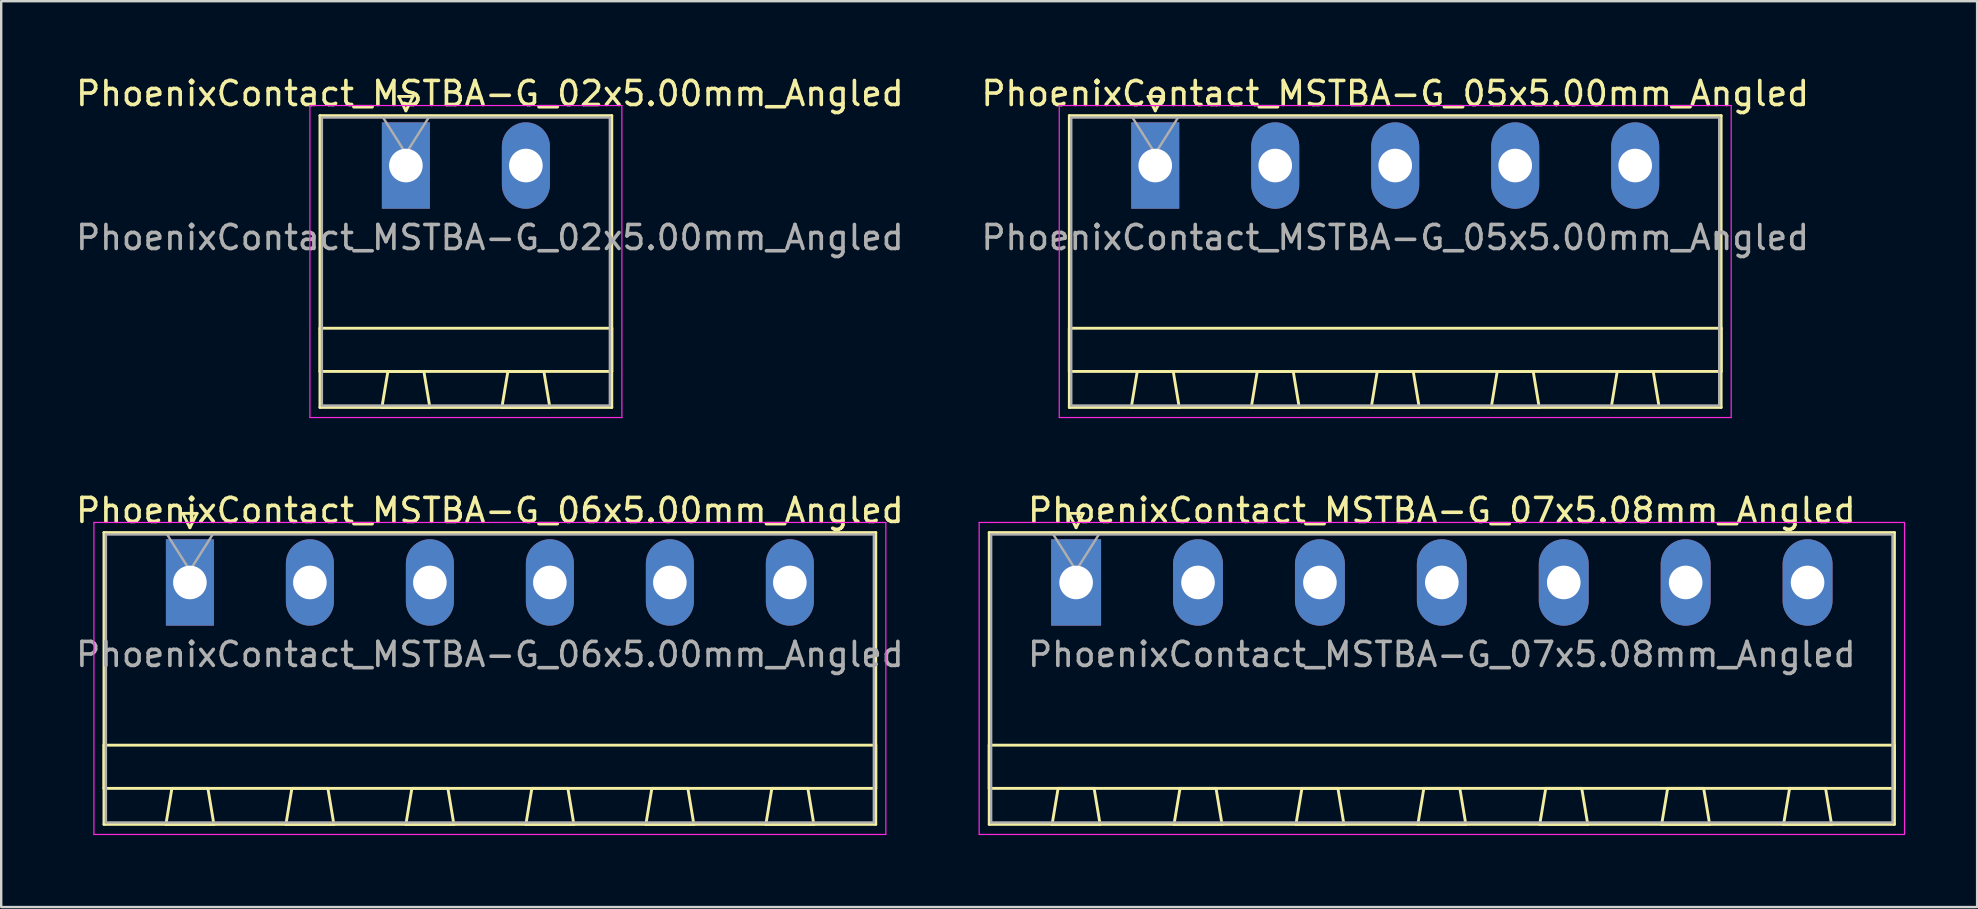
<source format=kicad_pcb>
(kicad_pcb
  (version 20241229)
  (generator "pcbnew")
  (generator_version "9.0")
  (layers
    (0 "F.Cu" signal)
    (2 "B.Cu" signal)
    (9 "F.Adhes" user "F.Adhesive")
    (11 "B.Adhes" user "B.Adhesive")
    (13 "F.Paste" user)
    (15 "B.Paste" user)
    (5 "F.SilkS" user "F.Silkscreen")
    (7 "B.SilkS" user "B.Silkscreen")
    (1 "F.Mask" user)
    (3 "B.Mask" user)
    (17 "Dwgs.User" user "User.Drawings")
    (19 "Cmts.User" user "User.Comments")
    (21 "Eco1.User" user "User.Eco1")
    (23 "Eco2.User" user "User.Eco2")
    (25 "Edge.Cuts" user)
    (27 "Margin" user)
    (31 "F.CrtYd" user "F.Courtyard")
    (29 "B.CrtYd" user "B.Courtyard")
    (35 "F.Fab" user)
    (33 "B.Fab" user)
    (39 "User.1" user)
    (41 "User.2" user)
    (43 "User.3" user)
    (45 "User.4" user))
  (footprint "PhoenixContact_MSTBA-G_07x5.08mm_Angled"
    (layer "F.Cu")
    (at 41.791 21.221)
    (property "Reference" "PhoenixContact_MSTBA-G_07x5.08mm_Angled" (at 15.24 -3 0) (layer "F.SilkS") (effects (font (size 1 1) (thickness 0.15))))
    (attr through_hole)
    (fp_line (start -3.62 -2.08) (end -3.62 10.08) (stroke (width 0.12) (type solid)) (layer "F.SilkS"))
    (fp_line (start -3.62 6.78) (end 34.1 6.78) (stroke (width 0.12) (type solid)) (layer "F.SilkS"))
    (fp_line (start -3.62 8.58) (end -3.62 6.78) (stroke (width 0.12) (type solid)) (layer "F.SilkS"))
    (fp_line (start -3.62 10.08) (end 34.1 10.08) (stroke (width 0.12) (type solid)) (layer "F.SilkS"))
    (fp_line (start -1 10.08) (end 1 10.08) (stroke (width 0.12) (type solid)) (layer "F.SilkS"))
    (fp_line (start -0.75 8.58) (end -1 10.08) (stroke (width 0.12) (type solid)) (layer "F.SilkS"))
    (fp_line (start -0.3 -2.88) (end 0.3 -2.88) (stroke (width 0.12) (type solid)) (layer "F.SilkS"))
    (fp_line (start 0 -2.28) (end -0.3 -2.88) (stroke (width 0.12) (type solid)) (layer "F.SilkS"))
    (fp_line (start 0.3 -2.88) (end 0 -2.28) (stroke (width 0.12) (type solid)) (layer "F.SilkS"))
    (fp_line (start 0.75 8.58) (end -0.75 8.58) (stroke (width 0.12) (type solid)) (layer "F.SilkS"))
    (fp_line (start 1 10.08) (end 0.75 8.58) (stroke (width 0.12) (type solid)) (layer "F.SilkS"))
    (fp_line (start 4.08 10.08) (end 6.08 10.08) (stroke (width 0.12) (type solid)) (layer "F.SilkS"))
    (fp_line (start 4.33 8.58) (end 4.08 10.08) (stroke (width 0.12) (type solid)) (layer "F.SilkS"))
    (fp_line (start 5.83 8.58) (end 4.33 8.58) (stroke (width 0.12) (type solid)) (layer "F.SilkS"))
    (fp_line (start 6.08 10.08) (end 5.83 8.58) (stroke (width 0.12) (type solid)) (layer "F.SilkS"))
    (fp_line (start 9.16 10.08) (end 11.16 10.08) (stroke (width 0.12) (type solid)) (layer "F.SilkS"))
    (fp_line (start 9.41 8.58) (end 9.16 10.08) (stroke (width 0.12) (type solid)) (layer "F.SilkS"))
    (fp_line (start 10.91 8.58) (end 9.41 8.58) (stroke (width 0.12) (type solid)) (layer "F.SilkS"))
    (fp_line (start 11.16 10.08) (end 10.91 8.58) (stroke (width 0.12) (type solid)) (layer "F.SilkS"))
    (fp_line (start 14.24 10.08) (end 16.24 10.08) (stroke (width 0.12) (type solid)) (layer "F.SilkS"))
    (fp_line (start 14.49 8.58) (end 14.24 10.08) (stroke (width 0.12) (type solid)) (layer "F.SilkS"))
    (fp_line (start 15.99 8.58) (end 14.49 8.58) (stroke (width 0.12) (type solid)) (layer "F.SilkS"))
    (fp_line (start 16.24 10.08) (end 15.99 8.58) (stroke (width 0.12) (type solid)) (layer "F.SilkS"))
    (fp_line (start 19.32 10.08) (end 21.32 10.08) (stroke (width 0.12) (type solid)) (layer "F.SilkS"))
    (fp_line (start 19.57 8.58) (end 19.32 10.08) (stroke (width 0.12) (type solid)) (layer "F.SilkS"))
    (fp_line (start 21.07 8.58) (end 19.57 8.58) (stroke (width 0.12) (type solid)) (layer "F.SilkS"))
    (fp_line (start 21.32 10.08) (end 21.07 8.58) (stroke (width 0.12) (type solid)) (layer "F.SilkS"))
    (fp_line (start 24.4 10.08) (end 26.4 10.08) (stroke (width 0.12) (type solid)) (layer "F.SilkS"))
    (fp_line (start 24.65 8.58) (end 24.4 10.08) (stroke (width 0.12) (type solid)) (layer "F.SilkS"))
    (fp_line (start 26.15 8.58) (end 24.65 8.58) (stroke (width 0.12) (type solid)) (layer "F.SilkS"))
    (fp_line (start 26.4 10.08) (end 26.15 8.58) (stroke (width 0.12) (type solid)) (layer "F.SilkS"))
    (fp_line (start 29.48 10.08) (end 31.48 10.08) (stroke (width 0.12) (type solid)) (layer "F.SilkS"))
    (fp_line (start 29.73 8.58) (end 29.48 10.08) (stroke (width 0.12) (type solid)) (layer "F.SilkS"))
    (fp_line (start 31.23 8.58) (end 29.73 8.58) (stroke (width 0.12) (type solid)) (layer "F.SilkS"))
    (fp_line (start 31.48 10.08) (end 31.23 8.58) (stroke (width 0.12) (type solid)) (layer "F.SilkS"))
    (fp_line (start 34.1 -2.08) (end -3.62 -2.08) (stroke (width 0.12) (type solid)) (layer "F.SilkS"))
    (fp_line (start 34.1 6.78) (end 34.1 8.58) (stroke (width 0.12) (type solid)) (layer "F.SilkS"))
    (fp_line (start 34.1 8.58) (end -3.62 8.58) (stroke (width 0.12) (type solid)) (layer "F.SilkS"))
    (fp_line (start 34.1 10.08) (end 34.1 -2.08) (stroke (width 0.12) (type solid)) (layer "F.SilkS"))
    (fp_line (start -4.04 -2.5) (end -4.04 10.5) (stroke (width 0.05) (type solid)) (layer "F.CrtYd"))
    (fp_line (start -4.04 10.5) (end 34.52 10.5) (stroke (width 0.05) (type solid)) (layer "F.CrtYd"))
    (fp_line (start 34.52 -2.5) (end -4.04 -2.5) (stroke (width 0.05) (type solid)) (layer "F.CrtYd"))
    (fp_line (start 34.52 10.5) (end 34.52 -2.5) (stroke (width 0.05) (type solid)) (layer "F.CrtYd"))
    (fp_line (start -3.54 -2) (end -3.54 10) (stroke (width 0.1) (type solid)) (layer "F.Fab"))
    (fp_line (start -3.54 10) (end 34.02 10) (stroke (width 0.1) (type solid)) (layer "F.Fab"))
    (fp_line (start 0 -0.5) (end -0.95 -2) (stroke (width 0.1) (type solid)) (layer "F.Fab"))
    (fp_line (start 0.95 -2) (end 0 -0.5) (stroke (width 0.1) (type solid)) (layer "F.Fab"))
    (fp_line (start 34.02 -2) (end -3.54 -2) (stroke (width 0.1) (type solid)) (layer "F.Fab"))
    (fp_line (start 34.02 10) (end 34.02 -2) (stroke (width 0.1) (type solid)) (layer "F.Fab"))
    (fp_text user "${REFERENCE}" (at 15.24 3 0) (layer "F.Fab") (effects (font (size 1 1) (thickness 0.15))))
    (pad "1" thru_hole rect (at 0 0) (size 2.08 3.6) (drill 1.4) (layers "*.Cu" "*.Mask"))
    (pad "2" thru_hole oval (at 5.08 0) (size 2.08 3.6) (drill 1.4) (layers "*.Cu" "*.Mask"))
    (pad "3" thru_hole oval (at 10.16 0) (size 2.08 3.6) (drill 1.4) (layers "*.Cu" "*.Mask"))
    (pad "4" thru_hole oval (at 15.24 0) (size 2.08 3.6) (drill 1.4) (layers "*.Cu" "*.Mask"))
    (pad "5" thru_hole oval (at 20.32 0) (size 2.08 3.6) (drill 1.4) (layers "*.Cu" "*.Mask"))
    (pad "6" thru_hole oval (at 25.4 0) (size 2.08 3.6) (drill 1.4) (layers "*.Cu" "*.Mask"))
    (pad "7" thru_hole oval (at 30.48 0) (size 2.08 3.6) (drill 1.4) (layers "*.Cu" "*.Mask")))
  (footprint "PhoenixContact_MSTBA-G_05x5.00mm_Angled"
    (layer "F.Cu")
    (at 45.089 3.848)
    (property "Reference" "PhoenixContact_MSTBA-G_05x5.00mm_Angled" (at 10 -3 0) (layer "F.SilkS") (effects (font (size 1 1) (thickness 0.15))))
    (attr through_hole)
    (fp_line (start -3.58 -2.08) (end -3.58 10.08) (stroke (width 0.12) (type solid)) (layer "F.SilkS"))
    (fp_line (start -3.58 6.78) (end 23.58 6.78) (stroke (width 0.12) (type solid)) (layer "F.SilkS"))
    (fp_line (start -3.58 8.58) (end -3.58 6.78) (stroke (width 0.12) (type solid)) (layer "F.SilkS"))
    (fp_line (start -3.58 10.08) (end 23.58 10.08) (stroke (width 0.12) (type solid)) (layer "F.SilkS"))
    (fp_line (start -1 10.08) (end 1 10.08) (stroke (width 0.12) (type solid)) (layer "F.SilkS"))
    (fp_line (start -0.75 8.58) (end -1 10.08) (stroke (width 0.12) (type solid)) (layer "F.SilkS"))
    (fp_line (start -0.3 -2.88) (end 0.3 -2.88) (stroke (width 0.12) (type solid)) (layer "F.SilkS"))
    (fp_line (start 0 -2.28) (end -0.3 -2.88) (stroke (width 0.12) (type solid)) (layer "F.SilkS"))
    (fp_line (start 0.3 -2.88) (end 0 -2.28) (stroke (width 0.12) (type solid)) (layer "F.SilkS"))
    (fp_line (start 0.75 8.58) (end -0.75 8.58) (stroke (width 0.12) (type solid)) (layer "F.SilkS"))
    (fp_line (start 1 10.08) (end 0.75 8.58) (stroke (width 0.12) (type solid)) (layer "F.SilkS"))
    (fp_line (start 4 10.08) (end 6 10.08) (stroke (width 0.12) (type solid)) (layer "F.SilkS"))
    (fp_line (start 4.25 8.58) (end 4 10.08) (stroke (width 0.12) (type solid)) (layer "F.SilkS"))
    (fp_line (start 5.75 8.58) (end 4.25 8.58) (stroke (width 0.12) (type solid)) (layer "F.SilkS"))
    (fp_line (start 6 10.08) (end 5.75 8.58) (stroke (width 0.12) (type solid)) (layer "F.SilkS"))
    (fp_line (start 9 10.08) (end 11 10.08) (stroke (width 0.12) (type solid)) (layer "F.SilkS"))
    (fp_line (start 9.25 8.58) (end 9 10.08) (stroke (width 0.12) (type solid)) (layer "F.SilkS"))
    (fp_line (start 10.75 8.58) (end 9.25 8.58) (stroke (width 0.12) (type solid)) (layer "F.SilkS"))
    (fp_line (start 11 10.08) (end 10.75 8.58) (stroke (width 0.12) (type solid)) (layer "F.SilkS"))
    (fp_line (start 14 10.08) (end 16 10.08) (stroke (width 0.12) (type solid)) (layer "F.SilkS"))
    (fp_line (start 14.25 8.58) (end 14 10.08) (stroke (width 0.12) (type solid)) (layer "F.SilkS"))
    (fp_line (start 15.75 8.58) (end 14.25 8.58) (stroke (width 0.12) (type solid)) (layer "F.SilkS"))
    (fp_line (start 16 10.08) (end 15.75 8.58) (stroke (width 0.12) (type solid)) (layer "F.SilkS"))
    (fp_line (start 19 10.08) (end 21 10.08) (stroke (width 0.12) (type solid)) (layer "F.SilkS"))
    (fp_line (start 19.25 8.58) (end 19 10.08) (stroke (width 0.12) (type solid)) (layer "F.SilkS"))
    (fp_line (start 20.75 8.58) (end 19.25 8.58) (stroke (width 0.12) (type solid)) (layer "F.SilkS"))
    (fp_line (start 21 10.08) (end 20.75 8.58) (stroke (width 0.12) (type solid)) (layer "F.SilkS"))
    (fp_line (start 23.58 -2.08) (end -3.58 -2.08) (stroke (width 0.12) (type solid)) (layer "F.SilkS"))
    (fp_line (start 23.58 6.78) (end 23.58 8.58) (stroke (width 0.12) (type solid)) (layer "F.SilkS"))
    (fp_line (start 23.58 8.58) (end -3.58 8.58) (stroke (width 0.12) (type solid)) (layer "F.SilkS"))
    (fp_line (start 23.58 10.08) (end 23.58 -2.08) (stroke (width 0.12) (type solid)) (layer "F.SilkS"))
    (fp_line (start -4 -2.5) (end -4 10.5) (stroke (width 0.05) (type solid)) (layer "F.CrtYd"))
    (fp_line (start -4 10.5) (end 24 10.5) (stroke (width 0.05) (type solid)) (layer "F.CrtYd"))
    (fp_line (start 24 -2.5) (end -4 -2.5) (stroke (width 0.05) (type solid)) (layer "F.CrtYd"))
    (fp_line (start 24 10.5) (end 24 -2.5) (stroke (width 0.05) (type solid)) (layer "F.CrtYd"))
    (fp_line (start -3.5 -2) (end -3.5 10) (stroke (width 0.1) (type solid)) (layer "F.Fab"))
    (fp_line (start -3.5 10) (end 23.5 10) (stroke (width 0.1) (type solid)) (layer "F.Fab"))
    (fp_line (start 0 -0.5) (end -0.95 -2) (stroke (width 0.1) (type solid)) (layer "F.Fab"))
    (fp_line (start 0.95 -2) (end 0 -0.5) (stroke (width 0.1) (type solid)) (layer "F.Fab"))
    (fp_line (start 23.5 -2) (end -3.5 -2) (stroke (width 0.1) (type solid)) (layer "F.Fab"))
    (fp_line (start 23.5 10) (end 23.5 -2) (stroke (width 0.1) (type solid)) (layer "F.Fab"))
    (fp_text user "${REFERENCE}" (at 10 3 0) (layer "F.Fab") (effects (font (size 1 1) (thickness 0.15))))
    (pad "1" thru_hole rect (at 0 0) (size 2 3.6) (drill 1.4) (layers "*.Cu" "*.Mask"))
    (pad "2" thru_hole oval (at 5 0) (size 2 3.6) (drill 1.4) (layers "*.Cu" "*.Mask"))
    (pad "3" thru_hole oval (at 10 0) (size 2 3.6) (drill 1.4) (layers "*.Cu" "*.Mask"))
    (pad "4" thru_hole oval (at 15 0) (size 2 3.6) (drill 1.4) (layers "*.Cu" "*.Mask"))
    (pad "5" thru_hole oval (at 20 0) (size 2 3.6) (drill 1.4) (layers "*.Cu" "*.Mask")))
  (footprint "PhoenixContact_MSTBA-G_02x5.00mm_Angled"
    (layer "F.Cu")
    (at 13.863 3.848)
    (property "Reference" "PhoenixContact_MSTBA-G_02x5.00mm_Angled" (at 3.5 -3 0) (layer "F.SilkS") (effects (font (size 1 1) (thickness 0.15))))
    (attr through_hole)
    (fp_line (start -3.58 -2.08) (end -3.58 10.08) (stroke (width 0.12) (type solid)) (layer "F.SilkS"))
    (fp_line (start -3.58 6.78) (end 8.58 6.78) (stroke (width 0.12) (type solid)) (layer "F.SilkS"))
    (fp_line (start -3.58 8.58) (end -3.58 6.78) (stroke (width 0.12) (type solid)) (layer "F.SilkS"))
    (fp_line (start -3.58 10.08) (end 8.58 10.08) (stroke (width 0.12) (type solid)) (layer "F.SilkS"))
    (fp_line (start -1 10.08) (end 1 10.08) (stroke (width 0.12) (type solid)) (layer "F.SilkS"))
    (fp_line (start -0.75 8.58) (end -1 10.08) (stroke (width 0.12) (type solid)) (layer "F.SilkS"))
    (fp_line (start -0.3 -2.88) (end 0.3 -2.88) (stroke (width 0.12) (type solid)) (layer "F.SilkS"))
    (fp_line (start 0 -2.28) (end -0.3 -2.88) (stroke (width 0.12) (type solid)) (layer "F.SilkS"))
    (fp_line (start 0.3 -2.88) (end 0 -2.28) (stroke (width 0.12) (type solid)) (layer "F.SilkS"))
    (fp_line (start 0.75 8.58) (end -0.75 8.58) (stroke (width 0.12) (type solid)) (layer "F.SilkS"))
    (fp_line (start 1 10.08) (end 0.75 8.58) (stroke (width 0.12) (type solid)) (layer "F.SilkS"))
    (fp_line (start 4 10.08) (end 6 10.08) (stroke (width 0.12) (type solid)) (layer "F.SilkS"))
    (fp_line (start 4.25 8.58) (end 4 10.08) (stroke (width 0.12) (type solid)) (layer "F.SilkS"))
    (fp_line (start 5.75 8.58) (end 4.25 8.58) (stroke (width 0.12) (type solid)) (layer "F.SilkS"))
    (fp_line (start 6 10.08) (end 5.75 8.58) (stroke (width 0.12) (type solid)) (layer "F.SilkS"))
    (fp_line (start 8.58 -2.08) (end -3.58 -2.08) (stroke (width 0.12) (type solid)) (layer "F.SilkS"))
    (fp_line (start 8.58 6.78) (end 8.58 8.58) (stroke (width 0.12) (type solid)) (layer "F.SilkS"))
    (fp_line (start 8.58 8.58) (end -3.58 8.58) (stroke (width 0.12) (type solid)) (layer "F.SilkS"))
    (fp_line (start 8.58 10.08) (end 8.58 -2.08) (stroke (width 0.12) (type solid)) (layer "F.SilkS"))
    (fp_line (start -4 -2.5) (end -4 10.5) (stroke (width 0.05) (type solid)) (layer "F.CrtYd"))
    (fp_line (start -4 10.5) (end 9 10.5) (stroke (width 0.05) (type solid)) (layer "F.CrtYd"))
    (fp_line (start 9 -2.5) (end -4 -2.5) (stroke (width 0.05) (type solid)) (layer "F.CrtYd"))
    (fp_line (start 9 10.5) (end 9 -2.5) (stroke (width 0.05) (type solid)) (layer "F.CrtYd"))
    (fp_line (start -3.5 -2) (end -3.5 10) (stroke (width 0.1) (type solid)) (layer "F.Fab"))
    (fp_line (start -3.5 10) (end 8.5 10) (stroke (width 0.1) (type solid)) (layer "F.Fab"))
    (fp_line (start 0 -0.5) (end -0.95 -2) (stroke (width 0.1) (type solid)) (layer "F.Fab"))
    (fp_line (start 0.95 -2) (end 0 -0.5) (stroke (width 0.1) (type solid)) (layer "F.Fab"))
    (fp_line (start 8.5 -2) (end -3.5 -2) (stroke (width 0.1) (type solid)) (layer "F.Fab"))
    (fp_line (start 8.5 10) (end 8.5 -2) (stroke (width 0.1) (type solid)) (layer "F.Fab"))
    (fp_text user "${REFERENCE}" (at 3.5 3 0) (layer "F.Fab") (effects (font (size 1 1) (thickness 0.15))))
    (pad "1" thru_hole rect (at 0 0) (size 2 3.6) (drill 1.4) (layers "*.Cu" "*.Mask"))
    (pad "2" thru_hole oval (at 5 0) (size 2 3.6) (drill 1.4) (layers "*.Cu" "*.Mask")))
  (footprint "PhoenixContact_MSTBA-G_06x5.00mm_Angled"
    (layer "F.Cu")
    (at 4.863 21.221)
    (property "Reference" "PhoenixContact_MSTBA-G_06x5.00mm_Angled" (at 12.5 -3 0) (layer "F.SilkS") (effects (font (size 1 1) (thickness 0.15))))
    (attr through_hole)
    (fp_line (start -3.58 -2.08) (end -3.58 10.08) (stroke (width 0.12) (type solid)) (layer "F.SilkS"))
    (fp_line (start -3.58 6.78) (end 28.58 6.78) (stroke (width 0.12) (type solid)) (layer "F.SilkS"))
    (fp_line (start -3.58 8.58) (end -3.58 6.78) (stroke (width 0.12) (type solid)) (layer "F.SilkS"))
    (fp_line (start -3.58 10.08) (end 28.58 10.08) (stroke (width 0.12) (type solid)) (layer "F.SilkS"))
    (fp_line (start -1 10.08) (end 1 10.08) (stroke (width 0.12) (type solid)) (layer "F.SilkS"))
    (fp_line (start -0.75 8.58) (end -1 10.08) (stroke (width 0.12) (type solid)) (layer "F.SilkS"))
    (fp_line (start -0.3 -2.88) (end 0.3 -2.88) (stroke (width 0.12) (type solid)) (layer "F.SilkS"))
    (fp_line (start 0 -2.28) (end -0.3 -2.88) (stroke (width 0.12) (type solid)) (layer "F.SilkS"))
    (fp_line (start 0.3 -2.88) (end 0 -2.28) (stroke (width 0.12) (type solid)) (layer "F.SilkS"))
    (fp_line (start 0.75 8.58) (end -0.75 8.58) (stroke (width 0.12) (type solid)) (layer "F.SilkS"))
    (fp_line (start 1 10.08) (end 0.75 8.58) (stroke (width 0.12) (type solid)) (layer "F.SilkS"))
    (fp_line (start 4 10.08) (end 6 10.08) (stroke (width 0.12) (type solid)) (layer "F.SilkS"))
    (fp_line (start 4.25 8.58) (end 4 10.08) (stroke (width 0.12) (type solid)) (layer "F.SilkS"))
    (fp_line (start 5.75 8.58) (end 4.25 8.58) (stroke (width 0.12) (type solid)) (layer "F.SilkS"))
    (fp_line (start 6 10.08) (end 5.75 8.58) (stroke (width 0.12) (type solid)) (layer "F.SilkS"))
    (fp_line (start 9 10.08) (end 11 10.08) (stroke (width 0.12) (type solid)) (layer "F.SilkS"))
    (fp_line (start 9.25 8.58) (end 9 10.08) (stroke (width 0.12) (type solid)) (layer "F.SilkS"))
    (fp_line (start 10.75 8.58) (end 9.25 8.58) (stroke (width 0.12) (type solid)) (layer "F.SilkS"))
    (fp_line (start 11 10.08) (end 10.75 8.58) (stroke (width 0.12) (type solid)) (layer "F.SilkS"))
    (fp_line (start 14 10.08) (end 16 10.08) (stroke (width 0.12) (type solid)) (layer "F.SilkS"))
    (fp_line (start 14.25 8.58) (end 14 10.08) (stroke (width 0.12) (type solid)) (layer "F.SilkS"))
    (fp_line (start 15.75 8.58) (end 14.25 8.58) (stroke (width 0.12) (type solid)) (layer "F.SilkS"))
    (fp_line (start 16 10.08) (end 15.75 8.58) (stroke (width 0.12) (type solid)) (layer "F.SilkS"))
    (fp_line (start 19 10.08) (end 21 10.08) (stroke (width 0.12) (type solid)) (layer "F.SilkS"))
    (fp_line (start 19.25 8.58) (end 19 10.08) (stroke (width 0.12) (type solid)) (layer "F.SilkS"))
    (fp_line (start 20.75 8.58) (end 19.25 8.58) (stroke (width 0.12) (type solid)) (layer "F.SilkS"))
    (fp_line (start 21 10.08) (end 20.75 8.58) (stroke (width 0.12) (type solid)) (layer "F.SilkS"))
    (fp_line (start 24 10.08) (end 26 10.08) (stroke (width 0.12) (type solid)) (layer "F.SilkS"))
    (fp_line (start 24.25 8.58) (end 24 10.08) (stroke (width 0.12) (type solid)) (layer "F.SilkS"))
    (fp_line (start 25.75 8.58) (end 24.25 8.58) (stroke (width 0.12) (type solid)) (layer "F.SilkS"))
    (fp_line (start 26 10.08) (end 25.75 8.58) (stroke (width 0.12) (type solid)) (layer "F.SilkS"))
    (fp_line (start 28.58 -2.08) (end -3.58 -2.08) (stroke (width 0.12) (type solid)) (layer "F.SilkS"))
    (fp_line (start 28.58 6.78) (end 28.58 8.58) (stroke (width 0.12) (type solid)) (layer "F.SilkS"))
    (fp_line (start 28.58 8.58) (end -3.58 8.58) (stroke (width 0.12) (type solid)) (layer "F.SilkS"))
    (fp_line (start 28.58 10.08) (end 28.58 -2.08) (stroke (width 0.12) (type solid)) (layer "F.SilkS"))
    (fp_line (start -4 -2.5) (end -4 10.5) (stroke (width 0.05) (type solid)) (layer "F.CrtYd"))
    (fp_line (start -4 10.5) (end 29 10.5) (stroke (width 0.05) (type solid)) (layer "F.CrtYd"))
    (fp_line (start 29 -2.5) (end -4 -2.5) (stroke (width 0.05) (type solid)) (layer "F.CrtYd"))
    (fp_line (start 29 10.5) (end 29 -2.5) (stroke (width 0.05) (type solid)) (layer "F.CrtYd"))
    (fp_line (start -3.5 -2) (end -3.5 10) (stroke (width 0.1) (type solid)) (layer "F.Fab"))
    (fp_line (start -3.5 10) (end 28.5 10) (stroke (width 0.1) (type solid)) (layer "F.Fab"))
    (fp_line (start 0 -0.5) (end -0.95 -2) (stroke (width 0.1) (type solid)) (layer "F.Fab"))
    (fp_line (start 0.95 -2) (end 0 -0.5) (stroke (width 0.1) (type solid)) (layer "F.Fab"))
    (fp_line (start 28.5 -2) (end -3.5 -2) (stroke (width 0.1) (type solid)) (layer "F.Fab"))
    (fp_line (start 28.5 10) (end 28.5 -2) (stroke (width 0.1) (type solid)) (layer "F.Fab"))
    (fp_text user "${REFERENCE}" (at 12.5 3 0) (layer "F.Fab") (effects (font (size 1 1) (thickness 0.15))))
    (pad "1" thru_hole rect (at 0 0) (size 2 3.6) (drill 1.4) (layers "*.Cu" "*.Mask"))
    (pad "2" thru_hole oval (at 5 0) (size 2 3.6) (drill 1.4) (layers "*.Cu" "*.Mask"))
    (pad "3" thru_hole oval (at 10 0) (size 2 3.6) (drill 1.4) (layers "*.Cu" "*.Mask"))
    (pad "4" thru_hole oval (at 15 0) (size 2 3.6) (drill 1.4) (layers "*.Cu" "*.Mask"))
    (pad "5" thru_hole oval (at 20 0) (size 2 3.6) (drill 1.4) (layers "*.Cu" "*.Mask"))
    (pad "6" thru_hole oval (at 25 0) (size 2 3.6) (drill 1.4) (layers "*.Cu" "*.Mask")))
  (gr_rect
    (start -3 -3)
    (end 79.336 34.746)
    (stroke (width 0.1) (type default))
    (fill no)
    (layer "Edge.Cuts")))
</source>
